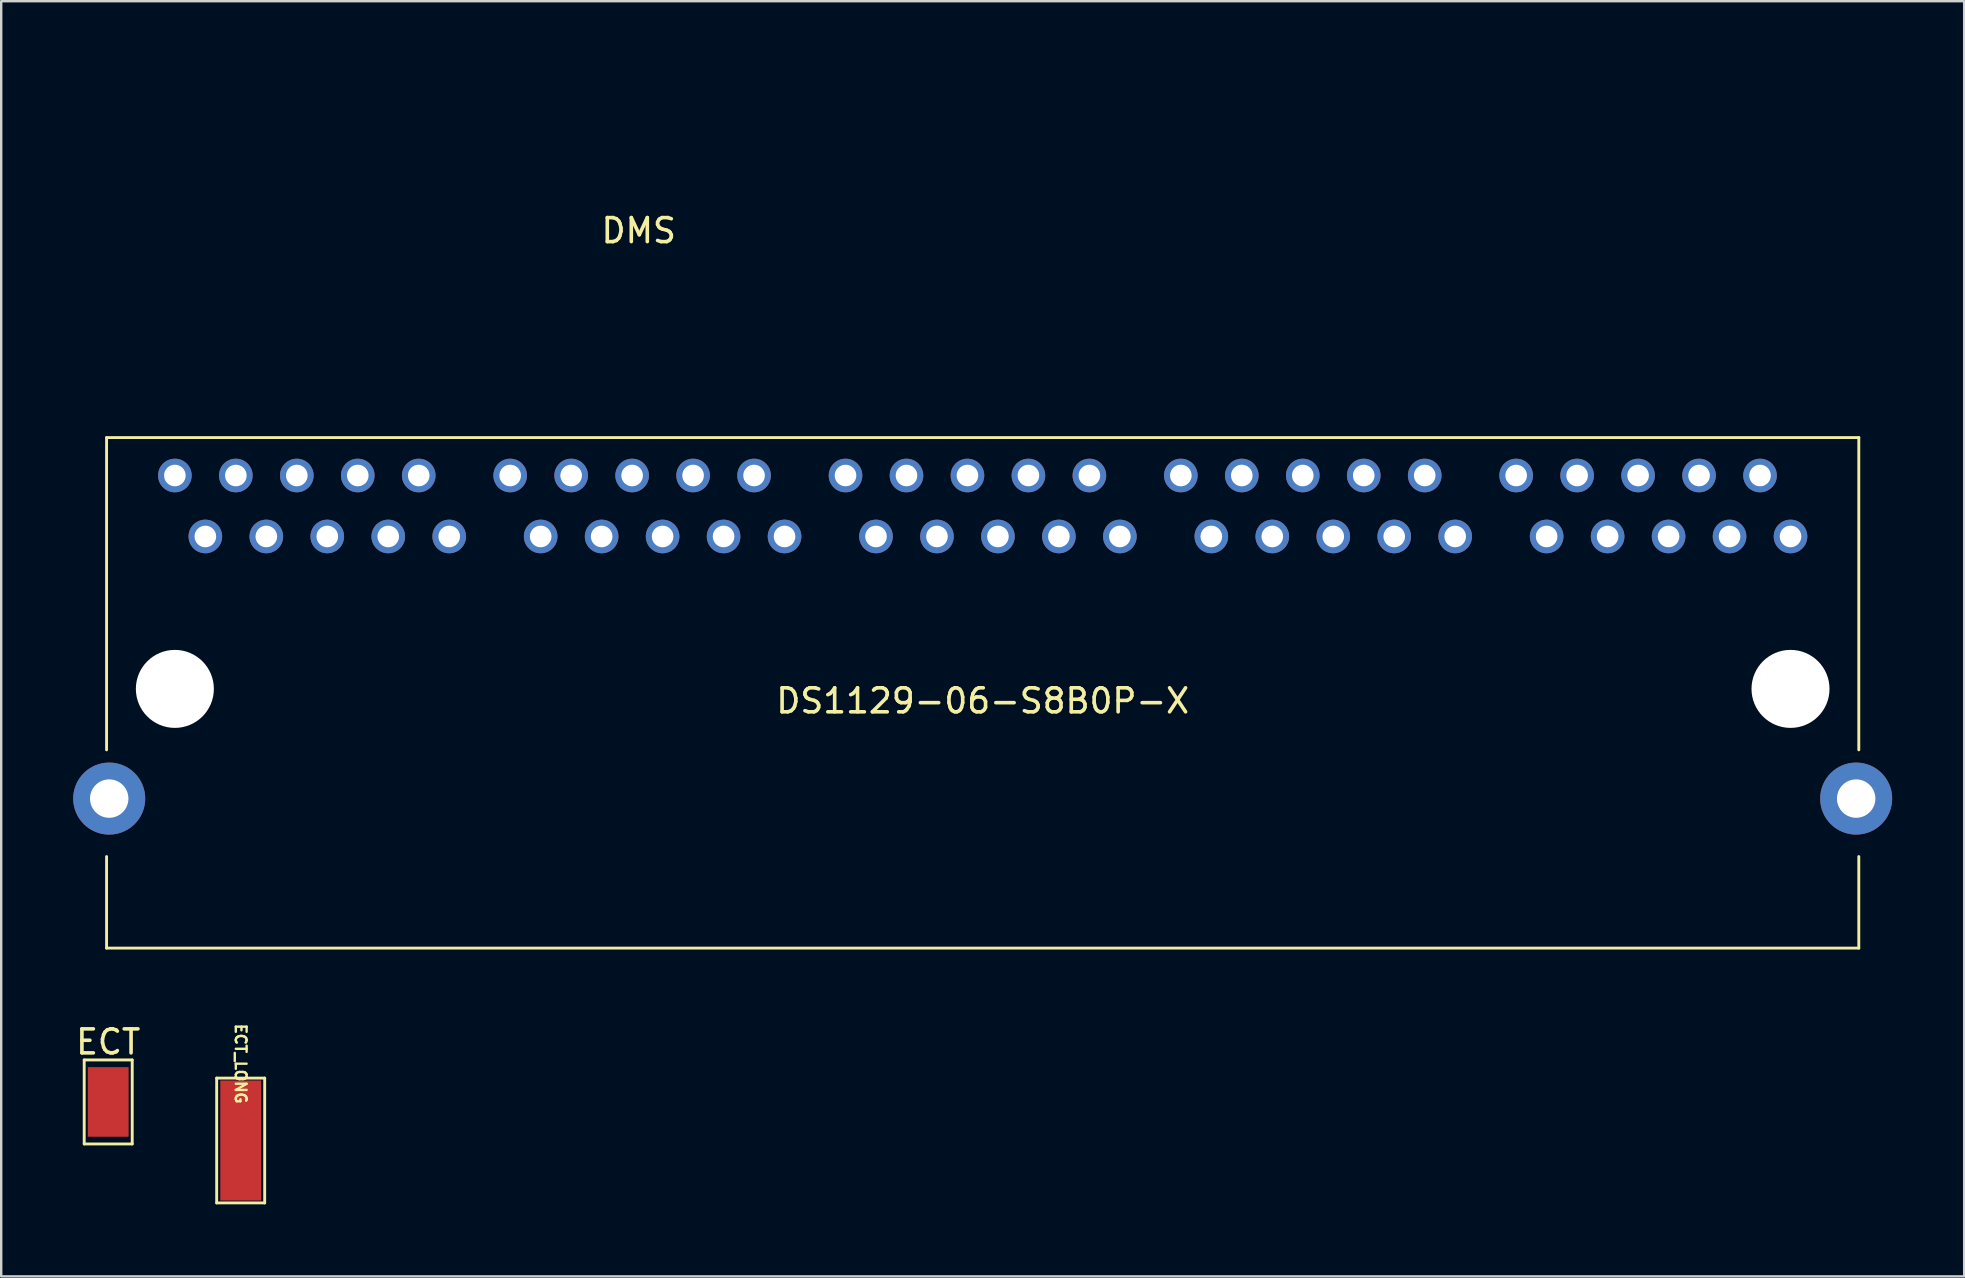
<source format=kicad_pcb>
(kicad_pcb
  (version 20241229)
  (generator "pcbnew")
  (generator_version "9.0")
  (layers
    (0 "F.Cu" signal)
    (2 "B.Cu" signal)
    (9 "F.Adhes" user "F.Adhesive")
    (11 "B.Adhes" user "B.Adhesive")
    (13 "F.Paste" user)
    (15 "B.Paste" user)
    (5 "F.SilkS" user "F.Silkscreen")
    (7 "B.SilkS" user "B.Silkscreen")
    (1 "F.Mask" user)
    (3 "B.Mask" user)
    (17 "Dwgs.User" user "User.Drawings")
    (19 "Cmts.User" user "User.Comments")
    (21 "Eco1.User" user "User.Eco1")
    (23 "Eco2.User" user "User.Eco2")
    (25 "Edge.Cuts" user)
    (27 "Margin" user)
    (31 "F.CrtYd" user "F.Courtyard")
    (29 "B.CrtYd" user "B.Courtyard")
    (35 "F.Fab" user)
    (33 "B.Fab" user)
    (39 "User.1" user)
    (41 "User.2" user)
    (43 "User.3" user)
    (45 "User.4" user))
  (footprint "DS1129-06-S8B0P-X"
    (layer "F.Cu")
    (at 37.89 25.65)
    (property "Reference" "DS1129-06-S8B0P-X" (at 0 0.5 0) (layer "F.SilkS") (effects (font (size 1 1) (thickness 0.15))))
    (attr through_hole)
    (fp_line (start -36.5 -10.47) (end -36.5 2.54) (stroke (width 0.12) (type solid)) (layer "F.SilkS"))
    (fp_line (start -36.5 -10.47) (end 36.5 -10.47) (stroke (width 0.12) (type solid)) (layer "F.SilkS"))
    (fp_line (start -36.5 10.8) (end -36.5 6.985) (stroke (width 0.12) (type solid)) (layer "F.SilkS"))
    (fp_line (start -36.5 10.8) (end 36.5 10.8) (stroke (width 0.12) (type solid)) (layer "F.SilkS"))
    (fp_line (start 36.5 -10.47) (end 36.5 2.54) (stroke (width 0.12) (type solid)) (layer "F.SilkS"))
    (fp_line (start 36.5 10.8) (end 36.5 6.985) (stroke (width 0.12) (type solid)) (layer "F.SilkS"))
    (fp_line (start -36.5 10.8) (end -36.5 -10.47) (stroke (width 0.12) (type solid)) (layer "Eco1.User"))
    (fp_line (start 36.5 10.8) (end 36.5 -10.47) (stroke (width 0.12) (type solid)) (layer "Eco1.User"))
    (pad "" np_thru_hole circle (at -33.655 0) (size 3.25 3.25) (drill 3.25) (layers "*.Cu" "*.Mask"))
    (pad "" np_thru_hole circle (at 33.655 0) (size 3.25 3.25) (drill 3.25) (layers "*.Cu" "*.Mask"))
    (pad "1_1" thru_hole circle (at -33.655 -8.89) (size 1.4 1.4) (drill 0.9) (layers "*.Cu" "*.Mask"))
    (pad "1_2" thru_hole circle (at -32.385 -6.35) (size 1.4 1.4) (drill 0.9) (layers "*.Cu" "*.Mask"))
    (pad "1_3" thru_hole circle (at -31.115 -8.89) (size 1.4 1.4) (drill 0.9) (layers "*.Cu" "*.Mask"))
    (pad "1_4" thru_hole circle (at -29.845 -6.35) (size 1.4 1.4) (drill 0.9) (layers "*.Cu" "*.Mask"))
    (pad "1_5" thru_hole circle (at -28.575 -8.89) (size 1.4 1.4) (drill 0.9) (layers "*.Cu" "*.Mask"))
    (pad "1_6" thru_hole circle (at -27.305 -6.35) (size 1.4 1.4) (drill 0.9) (layers "*.Cu" "*.Mask"))
    (pad "1_7" thru_hole circle (at -26.035 -8.89) (size 1.4 1.4) (drill 0.9) (layers "*.Cu" "*.Mask"))
    (pad "1_8" thru_hole circle (at -24.765 -6.35) (size 1.4 1.4) (drill 0.9) (layers "*.Cu" "*.Mask"))
    (pad "1_9" thru_hole circle (at -23.495 -8.89) (size 1.4 1.4) (drill 0.9) (layers "*.Cu" "*.Mask"))
    (pad "1_10" thru_hole circle (at -22.225 -6.35) (size 1.4 1.4) (drill 0.9) (layers "*.Cu" "*.Mask"))
    (pad "2_1" thru_hole circle (at -19.685 -8.89) (size 1.4 1.4) (drill 0.9) (layers "*.Cu" "*.Mask"))
    (pad "2_2" thru_hole circle (at -18.415 -6.35) (size 1.4 1.4) (drill 0.9) (layers "*.Cu" "*.Mask"))
    (pad "2_3" thru_hole circle (at -17.145 -8.89) (size 1.4 1.4) (drill 0.9) (layers "*.Cu" "*.Mask"))
    (pad "2_4" thru_hole circle (at -15.875 -6.35) (size 1.4 1.4) (drill 0.9) (layers "*.Cu" "*.Mask"))
    (pad "2_5" thru_hole circle (at -14.605 -8.89) (size 1.4 1.4) (drill 0.9) (layers "*.Cu" "*.Mask"))
    (pad "2_6" thru_hole circle (at -13.335 -6.35) (size 1.4 1.4) (drill 0.9) (layers "*.Cu" "*.Mask"))
    (pad "2_7" thru_hole circle (at -12.065 -8.89) (size 1.4 1.4) (drill 0.9) (layers "*.Cu" "*.Mask"))
    (pad "2_8" thru_hole circle (at -10.795 -6.35) (size 1.4 1.4) (drill 0.9) (layers "*.Cu" "*.Mask"))
    (pad "2_9" thru_hole circle (at -9.525 -8.89) (size 1.4 1.4) (drill 0.9) (layers "*.Cu" "*.Mask"))
    (pad "2_10" thru_hole circle (at -8.255 -6.35) (size 1.4 1.4) (drill 0.9) (layers "*.Cu" "*.Mask"))
    (pad "3_1" thru_hole circle (at -5.715 -8.89) (size 1.4 1.4) (drill 0.9) (layers "*.Cu" "*.Mask"))
    (pad "3_2" thru_hole circle (at -4.445 -6.35) (size 1.4 1.4) (drill 0.9) (layers "*.Cu" "*.Mask"))
    (pad "3_3" thru_hole circle (at -3.175 -8.89) (size 1.4 1.4) (drill 0.9) (layers "*.Cu" "*.Mask"))
    (pad "3_4" thru_hole circle (at -1.905 -6.35) (size 1.4 1.4) (drill 0.9) (layers "*.Cu" "*.Mask"))
    (pad "3_5" thru_hole circle (at -0.635 -8.89) (size 1.4 1.4) (drill 0.9) (layers "*.Cu" "*.Mask"))
    (pad "3_6" thru_hole circle (at 0.635 -6.35) (size 1.4 1.4) (drill 0.9) (layers "*.Cu" "*.Mask"))
    (pad "3_7" thru_hole circle (at 1.905 -8.89) (size 1.4 1.4) (drill 0.9) (layers "*.Cu" "*.Mask"))
    (pad "3_8" thru_hole circle (at 3.175 -6.35) (size 1.4 1.4) (drill 0.9) (layers "*.Cu" "*.Mask"))
    (pad "3_9" thru_hole circle (at 4.445 -8.89) (size 1.4 1.4) (drill 0.9) (layers "*.Cu" "*.Mask"))
    (pad "3_10" thru_hole circle (at 5.715 -6.35) (size 1.4 1.4) (drill 0.9) (layers "*.Cu" "*.Mask"))
    (pad "4_1" thru_hole circle (at 8.255 -8.89) (size 1.4 1.4) (drill 0.9) (layers "*.Cu" "*.Mask"))
    (pad "4_2" thru_hole circle (at 9.525 -6.35) (size 1.4 1.4) (drill 0.9) (layers "*.Cu" "*.Mask"))
    (pad "4_3" thru_hole circle (at 10.795 -8.89) (size 1.4 1.4) (drill 0.9) (layers "*.Cu" "*.Mask"))
    (pad "4_4" thru_hole circle (at 12.065 -6.35) (size 1.4 1.4) (drill 0.9) (layers "*.Cu" "*.Mask"))
    (pad "4_5" thru_hole circle (at 13.335 -8.89) (size 1.4 1.4) (drill 0.9) (layers "*.Cu" "*.Mask"))
    (pad "4_6" thru_hole circle (at 14.605 -6.35) (size 1.4 1.4) (drill 0.9) (layers "*.Cu" "*.Mask"))
    (pad "4_7" thru_hole circle (at 15.875 -8.89) (size 1.4 1.4) (drill 0.9) (layers "*.Cu" "*.Mask"))
    (pad "4_8" thru_hole circle (at 17.145 -6.35) (size 1.4 1.4) (drill 0.9) (layers "*.Cu" "*.Mask"))
    (pad "4_9" thru_hole circle (at 18.415 -8.89) (size 1.4 1.4) (drill 0.9) (layers "*.Cu" "*.Mask"))
    (pad "4_10" thru_hole circle (at 19.685 -6.35) (size 1.4 1.4) (drill 0.9) (layers "*.Cu" "*.Mask"))
    (pad "5_1" thru_hole circle (at 22.225 -8.89) (size 1.4 1.4) (drill 0.9) (layers "*.Cu" "*.Mask"))
    (pad "5_2" thru_hole circle (at 23.495 -6.35) (size 1.4 1.4) (drill 0.9) (layers "*.Cu" "*.Mask"))
    (pad "5_3" thru_hole circle (at 24.765 -8.89) (size 1.4 1.4) (drill 0.9) (layers "*.Cu" "*.Mask"))
    (pad "5_4" thru_hole circle (at 26.035 -6.35) (size 1.4 1.4) (drill 0.9) (layers "*.Cu" "*.Mask"))
    (pad "5_5" thru_hole circle (at 27.305 -8.89) (size 1.4 1.4) (drill 0.9) (layers "*.Cu" "*.Mask"))
    (pad "5_6" thru_hole circle (at 28.575 -6.35) (size 1.4 1.4) (drill 0.9) (layers "*.Cu" "*.Mask"))
    (pad "5_7" thru_hole circle (at 29.845 -8.89) (size 1.4 1.4) (drill 0.9) (layers "*.Cu" "*.Mask"))
    (pad "5_8" thru_hole circle (at 31.115 -6.35) (size 1.4 1.4) (drill 0.9) (layers "*.Cu" "*.Mask"))
    (pad "5_9" thru_hole circle (at 32.385 -8.89) (size 1.4 1.4) (drill 0.9) (layers "*.Cu" "*.Mask"))
    (pad "5_10" thru_hole circle (at 33.655 -6.35) (size 1.4 1.4) (drill 0.9) (layers "*.Cu" "*.Mask"))
    (pad "SH" thru_hole circle (at -36.39 4.57) (size 3 3) (drill 1.6) (layers "*.Cu" "*.Mask"))
    (pad "SH" thru_hole circle (at 36.39 4.57) (size 3 3) (drill 1.6) (layers "*.Cu" "*.Mask")))
  (footprint "DMS"
    (layer "F.Cu")
    (at 23.56 6.06)
    (property "Reference" "DMS" (at 0 0.5 0) (layer "F.SilkS") (effects (font (size 1 1) (thickness 0.15))))
    (attr through_hole)
    (fp_line (start -23.5 -6) (end -23.5 6) (stroke (width 0.12) (type solid)) (layer "Eco1.User"))
    (fp_line (start -23.5 -6) (end -17 -6) (stroke (width 0.12) (type solid)) (layer "Eco1.User"))
    (fp_line (start -23.5 6) (end -17 6) (stroke (width 0.12) (type solid)) (layer "Eco1.User"))
    (fp_line (start -17 -6) (end -17 -5.25) (stroke (width 0.12) (type solid)) (layer "Eco1.User"))
    (fp_line (start -17 5.25) (end -17 6) (stroke (width 0.12) (type solid)) (layer "Eco1.User"))
    (fp_line (start -15.5 -3.75) (end 15.5 -3.75) (stroke (width 0.12) (type solid)) (layer "Eco1.User"))
    (fp_line (start -15.5 3.75) (end 15.5 3.75) (stroke (width 0.12) (type solid)) (layer "Eco1.User"))
    (fp_line (start 17 -6) (end 17 -5.25) (stroke (width 0.12) (type solid)) (layer "Eco1.User"))
    (fp_line (start 17 -6) (end 23.5 -6) (stroke (width 0.12) (type solid)) (layer "Eco1.User"))
    (fp_line (start 17 5.25) (end 17 6) (stroke (width 0.12) (type solid)) (layer "Eco1.User"))
    (fp_line (start 17 6) (end 23.5 6) (stroke (width 0.12) (type solid)) (layer "Eco1.User"))
    (fp_line (start 23.5 6) (end 23.5 -6) (stroke (width 0.12) (type solid)) (layer "Eco1.User"))
    (fp_arc (start -17 5.25) (mid -16.56066 4.18934) (end -15.5 3.75) (stroke (width 0.12) (type solid)) (layer "Eco1.User"))
    (fp_arc (start -15.5 -3.75) (mid -16.56066 -4.18934) (end -17 -5.25) (stroke (width 0.12) (type solid)) (layer "Eco1.User"))
    (fp_arc (start 15.5 3.75) (mid 16.56066 4.18934) (end 17 5.25) (stroke (width 0.12) (type solid)) (layer "Eco1.User"))
    (fp_arc (start 17 -5.25) (mid 16.56066 -4.18934) (end 15.5 -3.75) (stroke (width 0.12) (type solid)) (layer "Eco1.User"))
    (fp_circle (center -20 -3) (end -18.341 -3) (stroke (width 0.12) (type solid)) (fill no) (layer "Eco1.User"))
    (fp_circle (center -20 3) (end -18.341 3) (stroke (width 0.12) (type solid)) (fill no) (layer "Eco1.User"))
    (fp_circle (center 20 -3) (end 21.659 -3) (stroke (width 0.12) (type solid)) (fill no) (layer "Eco1.User"))
    (fp_circle (center 20 3) (end 21.659 3) (stroke (width 0.12) (type solid)) (fill no) (layer "Eco1.User")))
  (footprint "ECT_LONG"
    (layer "F.Cu")
    (at 6.977 44.465)
    (property "Reference" "ECT_LONG" (at 0 -3.2 270) (unlocked yes) (layer "F.SilkS") (effects (font (size 0.45 0.45) (thickness 0.1))))
    (attr through_hole)
    (fp_line (start -1 -2.6) (end 1 -2.6) (stroke (width 0.12) (type solid)) (layer "F.SilkS"))
    (fp_line (start -1 2.6) (end -1 -2.6) (stroke (width 0.12) (type solid)) (layer "F.SilkS"))
    (fp_line (start 1 -2.6) (end 1 2.6) (stroke (width 0.12) (type solid)) (layer "F.SilkS"))
    (fp_line (start 1 2.6) (end -1 2.6) (stroke (width 0.12) (type solid)) (layer "F.SilkS"))
    (pad "1" smd rect (at 0 0) (size 1.7 5) (layers "F.Cu" "F.Mask" "F.Paste")))
  (footprint "ECT"
    (layer "F.Cu")
    (at 1.458 42.858)
    (property "Reference" "ECT" (at 0 -2.5 0) (layer "F.SilkS") (effects (font (size 1 1) (thickness 0.15))))
    (attr through_hole)
    (fp_line (start -1 -1.75) (end 1 -1.75) (stroke (width 0.12) (type solid)) (layer "F.SilkS"))
    (fp_line (start -1 1.75) (end -1 -1.75) (stroke (width 0.12) (type solid)) (layer "F.SilkS"))
    (fp_line (start 1 -1.75) (end 1 1.75) (stroke (width 0.12) (type solid)) (layer "F.SilkS"))
    (fp_line (start 1 1.75) (end -1 1.75) (stroke (width 0.12) (type solid)) (layer "F.SilkS"))
    (pad "1" smd rect (at 0 0) (size 1.7 2.9) (layers "F.Cu" "F.Mask" "F.Paste")))
  (gr_rect
    (start -3 -3)
    (end 78.78 50.125)
    (stroke (width 0.1) (type default))
    (fill no)
    (layer "Edge.Cuts")))
</source>
